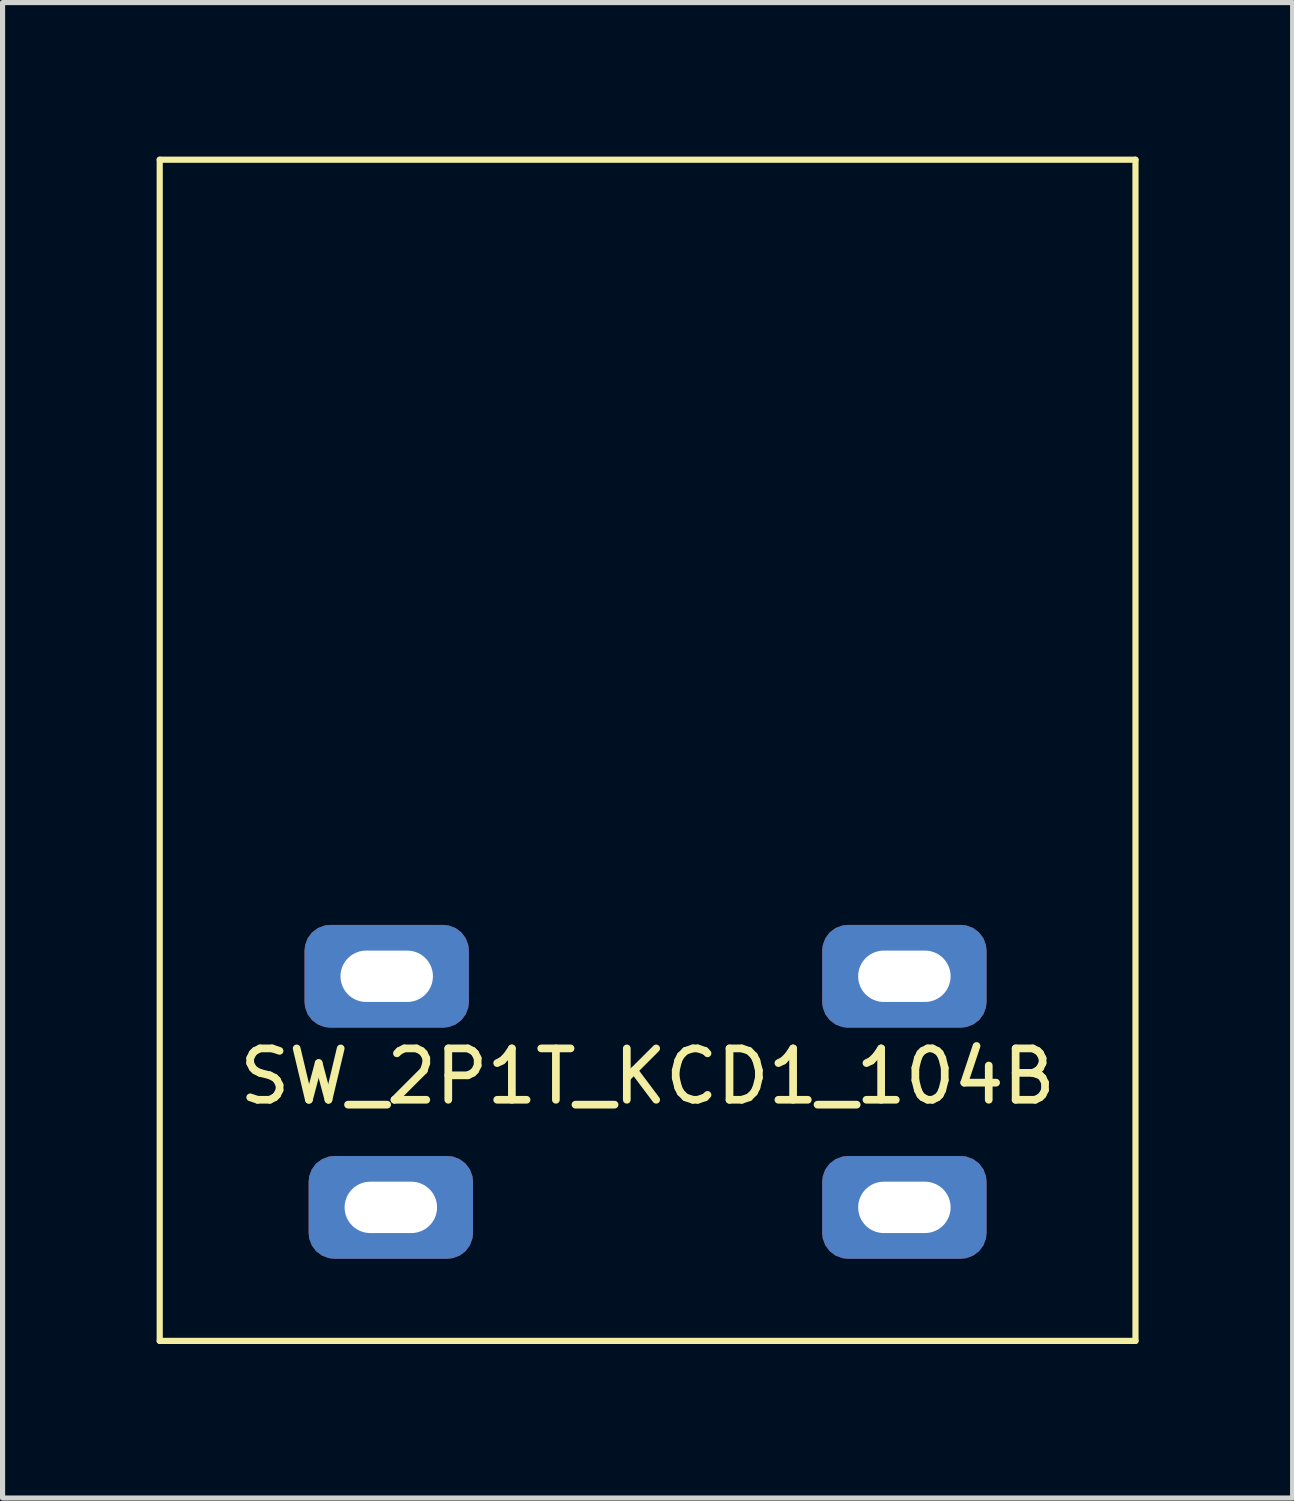
<source format=kicad_pcb>
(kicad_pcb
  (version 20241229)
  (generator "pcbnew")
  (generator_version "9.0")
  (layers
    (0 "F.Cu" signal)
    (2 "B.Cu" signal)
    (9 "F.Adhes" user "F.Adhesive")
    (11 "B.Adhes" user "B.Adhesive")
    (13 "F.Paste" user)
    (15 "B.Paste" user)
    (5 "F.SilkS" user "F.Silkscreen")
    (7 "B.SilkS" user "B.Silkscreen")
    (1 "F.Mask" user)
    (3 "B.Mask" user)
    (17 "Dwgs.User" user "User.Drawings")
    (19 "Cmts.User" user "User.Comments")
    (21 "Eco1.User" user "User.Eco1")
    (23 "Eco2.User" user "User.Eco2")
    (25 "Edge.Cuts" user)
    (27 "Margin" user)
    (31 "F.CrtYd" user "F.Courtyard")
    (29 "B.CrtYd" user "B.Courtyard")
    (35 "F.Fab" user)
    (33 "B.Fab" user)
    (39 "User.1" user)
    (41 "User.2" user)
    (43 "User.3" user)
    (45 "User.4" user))
  (footprint "SW_2P1T_KCD1_104B"
    (layer "F.Cu")
    (at 9.56 11.56)
    (property "Reference" "SW_2P1T_KCD1_104B" (at 0 6.35 0) (layer "F.SilkS") (effects (font (size 1 1) (thickness 0.15))))
    (attr through_hole)
    (fp_line (start -9.5 -11.5) (end 9.5 -11.5) (stroke (width 0.12) (type solid)) (layer "F.SilkS"))
    (fp_line (start -9.5 11.5) (end -9.5 -11.5) (stroke (width 0.12) (type solid)) (layer "F.SilkS"))
    (fp_line (start -9.5 11.5) (end 9.5 11.5) (stroke (width 0.12) (type solid)) (layer "F.SilkS"))
    (fp_line (start 9.5 11.5) (end 9.5 -11.5) (stroke (width 0.12) (type solid)) (layer "F.SilkS"))
    (pad "1" thru_hole roundrect (at -5 8.9) (size 3.2 2) (drill oval 1.8 1) (layers "*.Cu" "*.Mask") (roundrect_rratio 0.25))
    (pad "2" thru_hole roundrect (at 5 8.9) (size 3.2 2) (drill oval 1.8 1) (layers "*.Cu" "*.Mask") (roundrect_rratio 0.25))
    (pad "3" thru_hole roundrect (at -5.08 4.4) (size 3.2 2) (drill oval 1.8 1) (layers "*.Cu" "*.Mask") (roundrect_rratio 0.25))
    (pad "4" thru_hole roundrect (at 5 4.4) (size 3.2 2) (drill oval 1.8 1) (layers "*.Cu" "*.Mask") (roundrect_rratio 0.25)))
  (gr_rect
    (start -3 -3)
    (end 22.12 26.12)
    (stroke (width 0.1) (type default))
    (fill no)
    (layer "Edge.Cuts")))
</source>
